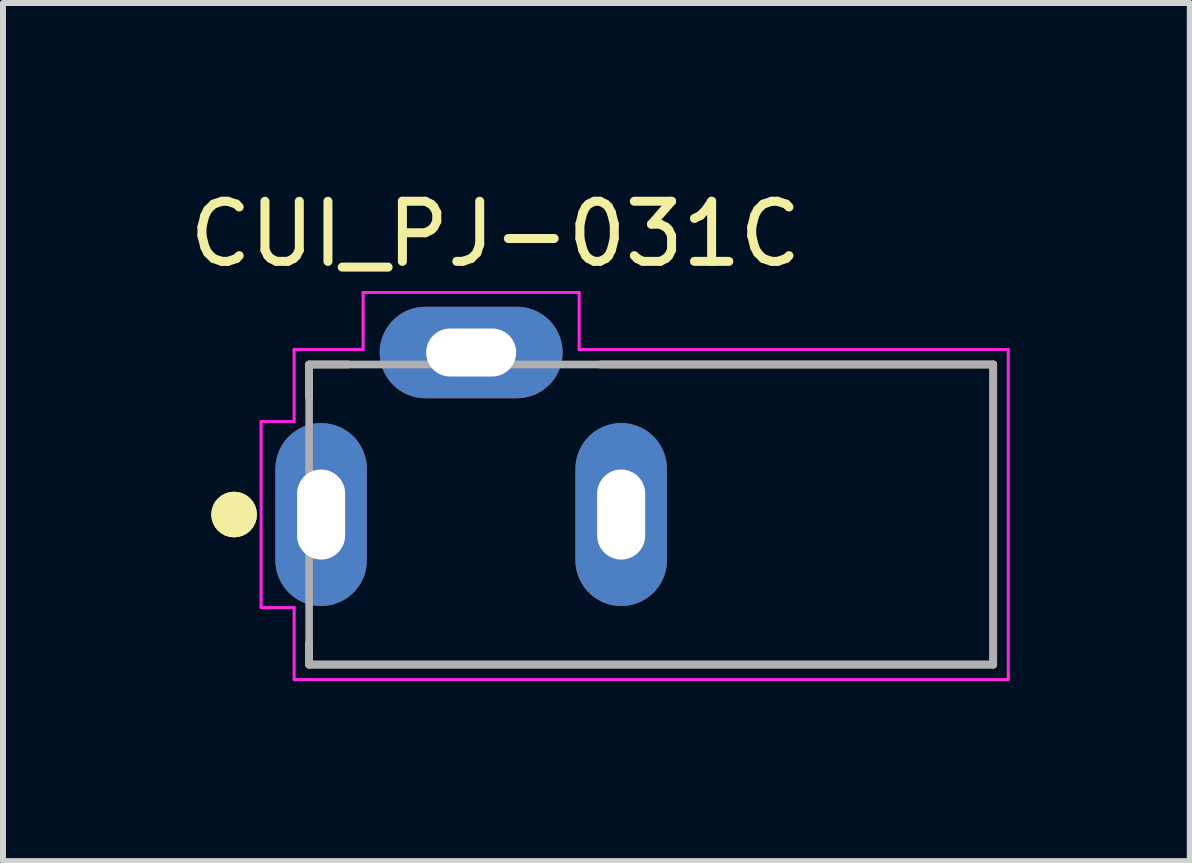
<source format=kicad_pcb>
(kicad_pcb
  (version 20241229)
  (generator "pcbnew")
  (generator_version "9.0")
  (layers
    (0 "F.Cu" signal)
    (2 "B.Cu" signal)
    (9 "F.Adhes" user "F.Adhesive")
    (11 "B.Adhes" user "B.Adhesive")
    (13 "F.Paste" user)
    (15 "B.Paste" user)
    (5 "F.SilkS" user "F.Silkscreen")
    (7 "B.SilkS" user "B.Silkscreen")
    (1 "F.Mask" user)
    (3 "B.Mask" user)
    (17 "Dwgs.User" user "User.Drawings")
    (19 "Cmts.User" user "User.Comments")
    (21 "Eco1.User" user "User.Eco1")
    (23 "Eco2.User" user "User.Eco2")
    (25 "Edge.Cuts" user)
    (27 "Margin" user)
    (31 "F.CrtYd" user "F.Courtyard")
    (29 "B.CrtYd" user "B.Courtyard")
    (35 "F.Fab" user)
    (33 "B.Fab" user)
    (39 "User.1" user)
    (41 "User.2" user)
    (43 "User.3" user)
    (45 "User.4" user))
  (footprint "CUI_PJ-031C"
    (layer "F.Cu")
    (at 2.301 5.524)
    (property "Reference" "CUI_PJ-031C" (at 2.905 -4.674 0) (layer "F.SilkS") (effects (font (size 1.002 1.002) (thickness 0.15))))
    (attr through_hole)
    (fp_line (start -0.2 -2.5) (end -0.2 -1.95) (stroke (width 0.127) (type solid)) (layer "F.SilkS"))
    (fp_line (start -0.2 2.5) (end -0.2 2.15) (stroke (width 0.127) (type solid)) (layer "F.SilkS"))
    (fp_line (start 0.45 -2.5) (end -0.2 -2.5) (stroke (width 0.127) (type solid)) (layer "F.SilkS"))
    (fp_line (start 4.65 -2.5) (end 11.2 -2.5) (stroke (width 0.127) (type solid)) (layer "F.SilkS"))
    (fp_line (start 11.2 -2.5) (end 11.2 2.5) (stroke (width 0.127) (type solid)) (layer "F.SilkS"))
    (fp_line (start 11.2 2.5) (end -0.2 2.5) (stroke (width 0.127) (type solid)) (layer "F.SilkS"))
    (fp_circle (center -1.45 0) (end -1.26 0) (stroke (width 0.38) (type solid)) (fill no) (layer "F.SilkS"))
    (fp_circle (center -1.45 0) (end -1.26 0) (stroke (width 0.38) (type solid)) (fill no) (layer "F.SilkS"))
    (fp_line (start -1 -1.55) (end -0.45 -1.55) (stroke (width 0.05) (type solid)) (layer "F.CrtYd"))
    (fp_line (start -1 1.55) (end -1 -1.55) (stroke (width 0.05) (type solid)) (layer "F.CrtYd"))
    (fp_line (start -0.45 -2.75) (end 0.7 -2.75) (stroke (width 0.05) (type solid)) (layer "F.CrtYd"))
    (fp_line (start -0.45 -1.55) (end -0.45 -2.75) (stroke (width 0.05) (type solid)) (layer "F.CrtYd"))
    (fp_line (start -0.45 1.55) (end -1 1.55) (stroke (width 0.05) (type solid)) (layer "F.CrtYd"))
    (fp_line (start -0.45 1.55) (end -0.45 2.75) (stroke (width 0.05) (type solid)) (layer "F.CrtYd"))
    (fp_line (start -0.45 2.75) (end 11.45 2.75) (stroke (width 0.05) (type solid)) (layer "F.CrtYd"))
    (fp_line (start 0.7 -3.7) (end 4.3 -3.7) (stroke (width 0.05) (type solid)) (layer "F.CrtYd"))
    (fp_line (start 0.7 -2.75) (end 0.7 -3.7) (stroke (width 0.05) (type solid)) (layer "F.CrtYd"))
    (fp_line (start 4.3 -3.7) (end 4.3 -2.75) (stroke (width 0.05) (type solid)) (layer "F.CrtYd"))
    (fp_line (start 11.45 -2.75) (end 4.3 -2.75) (stroke (width 0.05) (type solid)) (layer "F.CrtYd"))
    (fp_line (start 11.45 2.75) (end 11.45 -2.75) (stroke (width 0.05) (type solid)) (layer "F.CrtYd"))
    (fp_line (start -0.2 -2.5) (end 11.2 -2.5) (stroke (width 0.127) (type solid)) (layer "F.Fab"))
    (fp_line (start -0.2 2.5) (end -0.2 -2.5) (stroke (width 0.127) (type solid)) (layer "F.Fab"))
    (fp_line (start 11.2 -2.5) (end 11.2 2.5) (stroke (width 0.127) (type solid)) (layer "F.Fab"))
    (fp_line (start 11.2 2.5) (end -0.2 2.5) (stroke (width 0.127) (type solid)) (layer "F.Fab"))
    (pad "1" thru_hole oval (at 0 0) (size 1.524 3.048) (drill oval 0.8 1.5) (layers "*.Cu" "*.Mask"))
    (pad "2" thru_hole oval (at 5 0) (size 1.524 3.048) (drill oval 0.8 1.5) (layers "*.Cu" "*.Mask"))
    (pad "3" thru_hole oval (at 2.5 -2.7) (size 3.048 1.524) (drill oval 1.5 0.8) (layers "*.Cu" "*.Mask")))
  (gr_rect
    (start -3 -3)
    (end 16.776 11.299)
    (stroke (width 0.1) (type default))
    (fill no)
    (layer "Edge.Cuts")))
</source>
